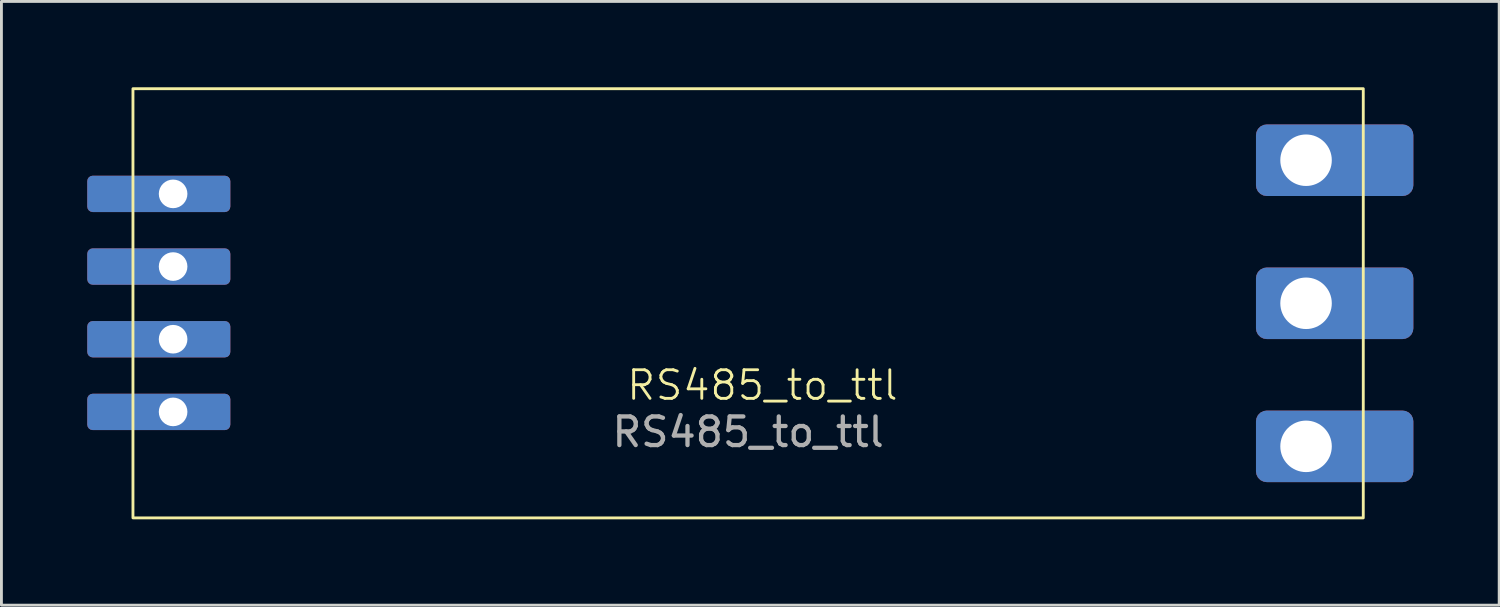
<source format=kicad_pcb>
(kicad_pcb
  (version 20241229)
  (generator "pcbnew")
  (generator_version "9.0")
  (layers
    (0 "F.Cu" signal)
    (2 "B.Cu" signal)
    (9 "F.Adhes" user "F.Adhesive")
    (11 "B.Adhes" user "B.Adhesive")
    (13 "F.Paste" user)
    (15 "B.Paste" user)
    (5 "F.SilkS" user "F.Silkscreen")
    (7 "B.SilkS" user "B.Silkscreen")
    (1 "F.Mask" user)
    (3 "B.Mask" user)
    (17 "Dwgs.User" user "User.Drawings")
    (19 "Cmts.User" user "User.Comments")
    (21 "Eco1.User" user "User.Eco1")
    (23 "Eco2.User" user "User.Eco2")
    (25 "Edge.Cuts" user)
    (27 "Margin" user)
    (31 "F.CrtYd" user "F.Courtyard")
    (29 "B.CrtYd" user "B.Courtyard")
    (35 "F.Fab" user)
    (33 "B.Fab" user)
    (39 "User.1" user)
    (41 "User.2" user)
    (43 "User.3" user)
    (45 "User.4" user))
  (footprint "RS485_to_ttl"
    (layer "F.Cu")
    (at 23.097 7.55)
    (property "Reference" "RS485_to_ttl" (at 0.5 2.865 0) (unlocked yes) (layer "F.SilkS") (effects (font (size 1 1) (thickness 0.1))))
    (attr smd)
    (fp_rect (start -21.5 -7.5) (end 21.5 7.5) (stroke (width 0.1) (type default)) (fill no) (layer "F.SilkS"))
    (fp_text user "${REFERENCE}" (at 0 4.5 0) (unlocked yes) (layer "F.Fab") (effects (font (size 1 1) (thickness 0.15))))
    (pad "1" thru_hole roundrect (at -20.097 -3.824) (size 5 1.27) (drill 1 (offset -0.5 0)) (layers "*.Cu" "*.Mask") (roundrect_rratio 0.15))
    (pad "2" thru_hole roundrect (at -20.097 -1.284) (size 5 1.27) (drill 1 (offset -0.5 0)) (layers "*.Cu" "*.Mask") (roundrect_rratio 0.15))
    (pad "3" thru_hole roundrect (at -20.097 1.256) (size 5 1.27) (drill 1 (offset -0.5 0)) (layers "*.Cu" "*.Mask") (roundrect_rratio 0.15))
    (pad "4" thru_hole roundrect (at -20.097 3.796) (size 5 1.27) (drill 1 (offset -0.5 0)) (layers "*.Cu" "*.Mask") (roundrect_rratio 0.15))
    (pad "5" thru_hole roundrect (at 19.5 -5 180) (size 5.5 2.5) (drill 1.8 (offset -1 0)) (layers "*.Cu" "*.Mask") (roundrect_rratio 0.15))
    (pad "6" thru_hole roundrect (at 19.5 0 180) (size 5.5 2.5) (drill 1.8 (offset -1 0)) (layers "*.Cu" "*.Mask") (roundrect_rratio 0.15))
    (pad "7" thru_hole roundrect (at 19.5 5 180) (size 5.5 2.5) (drill 1.8 (offset -1 0)) (layers "*.Cu" "*.Mask") (roundrect_rratio 0.15)))
  (gr_rect
    (start -3 -3)
    (end 49.347 18.1)
    (stroke (width 0.1) (type default))
    (fill no)
    (layer "Edge.Cuts")))
</source>
